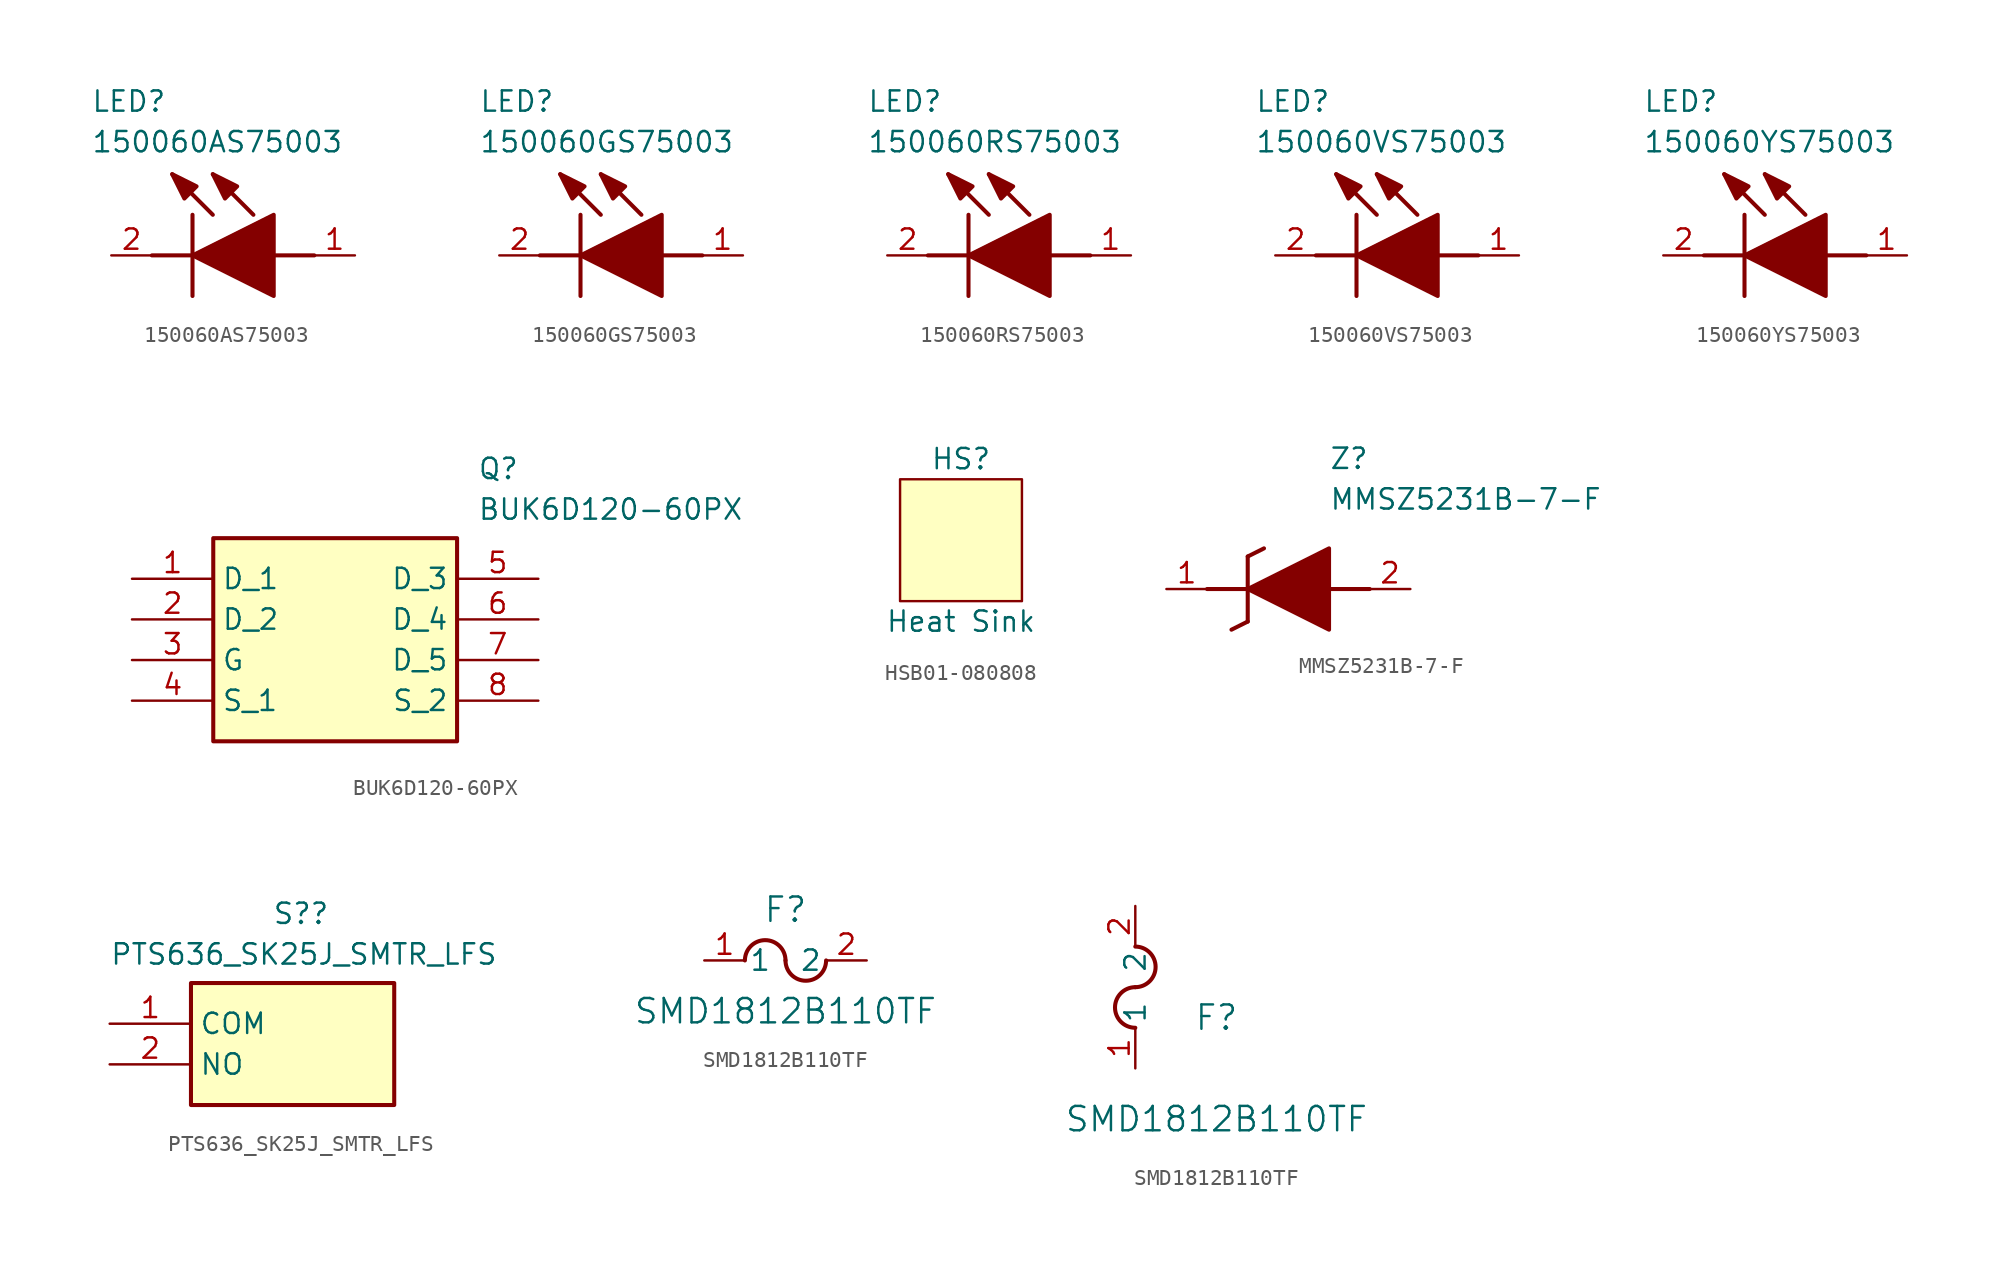
<source format=kicad_sym>
(kicad_symbol_lib
  (version 20220914)
  (generator kicad_symbol_editor)
  (symbol "150060AS75003"
    (pin_names hide)
    (property "Reference" "LED"
      (at -8.89 8.89 0)
      (effects (font (size 1.27 1.27)) (justify left bottom)))
    (property "Value" "150060AS75003"
      (at -8.89 6.35 0)
      (effects (font (size 1.27 1.27)) (justify left bottom)))
    (symbol "150060AS75003_1_1"
      (polyline (pts (xy -5.08 0) (xy -2.54 0)) (stroke (width 0.254) (type default)) (fill (type none)))
      (polyline (pts (xy -2.54 2.54) (xy -2.54 -2.54)) (stroke (width 0.254) (type default)) (fill (type none)))
      (polyline (pts (xy -1.27 2.54) (xy -3.81 5.08)) (stroke (width 0.254) (type default)) (fill (type none)))
      (polyline (pts (xy 1.27 2.54) (xy -1.27 5.08)) (stroke (width 0.254) (type default)) (fill (type none)))
      (polyline (pts (xy 2.54 0) (xy 5.08 0)) (stroke (width 0.254) (type default)) (fill (type none)))
      (polyline (pts (xy -2.54 0) (xy 2.54 2.54) (xy 2.54 -2.54) (xy -2.54 0)) (stroke (width 0.254) (type default)) (fill (type outline)))
      (polyline (pts (xy -2.286 4.318) (xy -3.048 3.556) (xy -3.81 5.08) (xy -2.286 4.318)) (stroke (width 0.254) (type default)) (fill (type outline)))
      (polyline (pts (xy 0.254 4.318) (xy -0.508 3.556) (xy -1.27 5.08) (xy 0.254 4.318)) (stroke (width 0.254) (type default)) (fill (type outline)))
      (pin passive line (at 7.62 0 180) (length 2.54) (name "A" (effects (font (size 1.27 1.27)))) (number "1" (effects (font (size 1.27 1.27)))))
      (pin passive line (at -7.62 0 0) (length 2.54) (name "K" (effects (font (size 1.27 1.27)))) (number "2" (effects (font (size 1.27 1.27)))))))
  (symbol "150060GS75003"
    (pin_names hide)
    (property "Reference" "LED"
      (at -8.89 8.89 0)
      (effects (font (size 1.27 1.27)) (justify left bottom)))
    (property "Value" "150060GS75003"
      (at -8.89 6.35 0)
      (effects (font (size 1.27 1.27)) (justify left bottom)))
    (symbol "150060GS75003_1_1"
      (polyline (pts (xy -5.08 0) (xy -2.54 0)) (stroke (width 0.254) (type default)) (fill (type none)))
      (polyline (pts (xy -2.54 2.54) (xy -2.54 -2.54)) (stroke (width 0.254) (type default)) (fill (type none)))
      (polyline (pts (xy -1.27 2.54) (xy -3.81 5.08)) (stroke (width 0.254) (type default)) (fill (type none)))
      (polyline (pts (xy 1.27 2.54) (xy -1.27 5.08)) (stroke (width 0.254) (type default)) (fill (type none)))
      (polyline (pts (xy 2.54 0) (xy 5.08 0)) (stroke (width 0.254) (type default)) (fill (type none)))
      (polyline (pts (xy -2.54 0) (xy 2.54 2.54) (xy 2.54 -2.54) (xy -2.54 0)) (stroke (width 0.254) (type default)) (fill (type outline)))
      (polyline (pts (xy -2.286 4.318) (xy -3.048 3.556) (xy -3.81 5.08) (xy -2.286 4.318)) (stroke (width 0.254) (type default)) (fill (type outline)))
      (polyline (pts (xy 0.254 4.318) (xy -0.508 3.556) (xy -1.27 5.08) (xy 0.254 4.318)) (stroke (width 0.254) (type default)) (fill (type outline)))
      (pin passive line (at 7.62 0 180) (length 2.54) (name "A" (effects (font (size 1.27 1.27)))) (number "1" (effects (font (size 1.27 1.27)))))
      (pin passive line (at -7.62 0 0) (length 2.54) (name "K" (effects (font (size 1.27 1.27)))) (number "2" (effects (font (size 1.27 1.27)))))))
  (symbol "150060RS75003"
    (pin_names hide)
    (property "Reference" "LED"
      (at -8.89 8.89 0)
      (effects (font (size 1.27 1.27)) (justify left bottom)))
    (property "Value" "150060RS75003"
      (at -8.89 6.35 0)
      (effects (font (size 1.27 1.27)) (justify left bottom)))
    (symbol "150060RS75003_1_1"
      (polyline (pts (xy -5.08 0) (xy -2.54 0)) (stroke (width 0.254) (type default)) (fill (type none)))
      (polyline (pts (xy -2.54 2.54) (xy -2.54 -2.54)) (stroke (width 0.254) (type default)) (fill (type none)))
      (polyline (pts (xy -1.27 2.54) (xy -3.81 5.08)) (stroke (width 0.254) (type default)) (fill (type none)))
      (polyline (pts (xy 1.27 2.54) (xy -1.27 5.08)) (stroke (width 0.254) (type default)) (fill (type none)))
      (polyline (pts (xy 2.54 0) (xy 5.08 0)) (stroke (width 0.254) (type default)) (fill (type none)))
      (polyline (pts (xy -2.54 0) (xy 2.54 2.54) (xy 2.54 -2.54) (xy -2.54 0)) (stroke (width 0.254) (type default)) (fill (type outline)))
      (polyline (pts (xy -2.286 4.318) (xy -3.048 3.556) (xy -3.81 5.08) (xy -2.286 4.318)) (stroke (width 0.254) (type default)) (fill (type outline)))
      (polyline (pts (xy 0.254 4.318) (xy -0.508 3.556) (xy -1.27 5.08) (xy 0.254 4.318)) (stroke (width 0.254) (type default)) (fill (type outline)))
      (pin passive line (at 7.62 0 180) (length 2.54) (name "A" (effects (font (size 1.27 1.27)))) (number "1" (effects (font (size 1.27 1.27)))))
      (pin passive line (at -7.62 0 0) (length 2.54) (name "K" (effects (font (size 1.27 1.27)))) (number "2" (effects (font (size 1.27 1.27)))))))
  (symbol "150060VS75003"
    (pin_names hide)
    (property "Reference" "LED"
      (at -8.89 8.89 0)
      (effects (font (size 1.27 1.27)) (justify left bottom)))
    (property "Value" "150060VS75003"
      (at -8.89 6.35 0)
      (effects (font (size 1.27 1.27)) (justify left bottom)))
    (symbol "150060VS75003_1_1"
      (polyline (pts (xy -5.08 0) (xy -2.54 0)) (stroke (width 0.254) (type default)) (fill (type none)))
      (polyline (pts (xy -2.54 2.54) (xy -2.54 -2.54)) (stroke (width 0.254) (type default)) (fill (type none)))
      (polyline (pts (xy -1.27 2.54) (xy -3.81 5.08)) (stroke (width 0.254) (type default)) (fill (type none)))
      (polyline (pts (xy 1.27 2.54) (xy -1.27 5.08)) (stroke (width 0.254) (type default)) (fill (type none)))
      (polyline (pts (xy 2.54 0) (xy 5.08 0)) (stroke (width 0.254) (type default)) (fill (type none)))
      (polyline (pts (xy -2.54 0) (xy 2.54 2.54) (xy 2.54 -2.54) (xy -2.54 0)) (stroke (width 0.254) (type default)) (fill (type outline)))
      (polyline (pts (xy -2.286 4.318) (xy -3.048 3.556) (xy -3.81 5.08) (xy -2.286 4.318)) (stroke (width 0.254) (type default)) (fill (type outline)))
      (polyline (pts (xy 0.254 4.318) (xy -0.508 3.556) (xy -1.27 5.08) (xy 0.254 4.318)) (stroke (width 0.254) (type default)) (fill (type outline)))
      (pin passive line (at 7.62 0 180) (length 2.54) (name "A" (effects (font (size 1.27 1.27)))) (number "1" (effects (font (size 1.27 1.27)))))
      (pin passive line (at -7.62 0 0) (length 2.54) (name "K" (effects (font (size 1.27 1.27)))) (number "2" (effects (font (size 1.27 1.27)))))))
  (symbol "150060YS75003"
    (pin_names hide)
    (property "Reference" "LED"
      (at -8.89 8.89 0)
      (effects (font (size 1.27 1.27)) (justify left bottom)))
    (property "Value" "150060YS75003"
      (at -8.89 6.35 0)
      (effects (font (size 1.27 1.27)) (justify left bottom)))
    (symbol "150060YS75003_1_1"
      (polyline (pts (xy -5.08 0) (xy -2.54 0)) (stroke (width 0.254) (type default)) (fill (type none)))
      (polyline (pts (xy -2.54 2.54) (xy -2.54 -2.54)) (stroke (width 0.254) (type default)) (fill (type none)))
      (polyline (pts (xy -1.27 2.54) (xy -3.81 5.08)) (stroke (width 0.254) (type default)) (fill (type none)))
      (polyline (pts (xy 1.27 2.54) (xy -1.27 5.08)) (stroke (width 0.254) (type default)) (fill (type none)))
      (polyline (pts (xy 2.54 0) (xy 5.08 0)) (stroke (width 0.254) (type default)) (fill (type none)))
      (polyline (pts (xy -2.54 0) (xy 2.54 2.54) (xy 2.54 -2.54) (xy -2.54 0)) (stroke (width 0.254) (type default)) (fill (type outline)))
      (polyline (pts (xy -2.286 4.318) (xy -3.048 3.556) (xy -3.81 5.08) (xy -2.286 4.318)) (stroke (width 0.254) (type default)) (fill (type outline)))
      (polyline (pts (xy 0.254 4.318) (xy -0.508 3.556) (xy -1.27 5.08) (xy 0.254 4.318)) (stroke (width 0.254) (type default)) (fill (type outline)))
      (pin passive line (at 7.62 0 180) (length 2.54) (name "A" (effects (font (size 1.27 1.27)))) (number "1" (effects (font (size 1.27 1.27)))))
      (pin passive line (at -7.62 0 0) (length 2.54) (name "K" (effects (font (size 1.27 1.27)))) (number "2" (effects (font (size 1.27 1.27)))))))
  (symbol "BUK6D120-60PX"
    (property "Reference" "Q"
      (at 21.59 7.62 0)
      (effects (font (size 1.27 1.27)) (justify left top)))
    (property "Value" "BUK6D120-60PX"
      (at 21.59 5.08 0)
      (effects (font (size 1.27 1.27)) (justify left top)))
    (symbol "BUK6D120-60PX_1_1"
      (rectangle (start 5.08 2.54) (end 20.32 -10.16) (stroke (width 0.254) (type default)) (fill (type background)))
      (pin passive line (at 0 0 0) (length 5.08) (name "D_1" (effects (font (size 1.27 1.27)))) (number "1" (effects (font (size 1.27 1.27)))))
      (pin passive line (at 0 -2.54 0) (length 5.08) (name "D_2" (effects (font (size 1.27 1.27)))) (number "2" (effects (font (size 1.27 1.27)))))
      (pin passive line (at 0 -5.08 0) (length 5.08) (name "G" (effects (font (size 1.27 1.27)))) (number "3" (effects (font (size 1.27 1.27)))))
      (pin passive line (at 0 -7.62 0) (length 5.08) (name "S_1" (effects (font (size 1.27 1.27)))) (number "4" (effects (font (size 1.27 1.27)))))
      (pin passive line (at 25.4 0 180) (length 5.08) (name "D_3" (effects (font (size 1.27 1.27)))) (number "5" (effects (font (size 1.27 1.27)))))
      (pin passive line (at 25.4 -2.54 180) (length 5.08) (name "D_4" (effects (font (size 1.27 1.27)))) (number "6" (effects (font (size 1.27 1.27)))))
      (pin passive line (at 25.4 -5.08 180) (length 5.08) (name "D_5" (effects (font (size 1.27 1.27)))) (number "7" (effects (font (size 1.27 1.27)))))
      (pin passive line (at 25.4 -7.62 180) (length 5.08) (name "S_2" (effects (font (size 1.27 1.27)))) (number "8" (effects (font (size 1.27 1.27)))))))
  (symbol "HSB01-080808"
    (property "Reference" "HS"
      (at 0 5.08 0)
      (effects (font (size 1.27 1.27))))
    (property "Value" "Heat Sink"
      (at 0 -5.08 0)
      (effects (font (size 1.27 1.27))))
    (symbol "HSB01-080808_1_1"
      (rectangle (start -3.81 3.81) (end 3.81 -3.81) (stroke (width 0) (type default)) (fill (type background)))))
  (symbol "MMSZ5231B-7-F"
    (pin_names hide)
    (property "Reference" "Z"
      (at 10.16 8.89 0)
      (effects (font (size 1.27 1.27)) (justify left top)))
    (property "Value" "MMSZ5231B-7-F"
      (at 10.16 6.35 0)
      (effects (font (size 1.27 1.27)) (justify left top)))
    (symbol "MMSZ5231B-7-F_1_1"
      (polyline (pts (xy 2.54 0) (xy 5.08 0)) (stroke (width 0.254) (type default)) (fill (type none)))
      (polyline (pts (xy 4.064 -2.54) (xy 5.08 -2.032)) (stroke (width 0.254) (type default)) (fill (type none)))
      (polyline (pts (xy 5.08 2.032) (xy 5.08 -2.032)) (stroke (width 0.254) (type default)) (fill (type none)))
      (polyline (pts (xy 5.08 2.032) (xy 6.096 2.54)) (stroke (width 0.254) (type default)) (fill (type none)))
      (polyline (pts (xy 12.7 0) (xy 10.16 0)) (stroke (width 0.254) (type default)) (fill (type none)))
      (polyline (pts (xy 5.08 0) (xy 10.16 2.54) (xy 10.16 -2.54) (xy 5.08 0)) (stroke (width 0.254) (type default)) (fill (type outline)))
      (pin passive line (at 0 0 0) (length 2.54) (name "K" (effects (font (size 1.27 1.27)))) (number "1" (effects (font (size 1.27 1.27)))))
      (pin passive line (at 15.24 0 180) (length 2.54) (name "A" (effects (font (size 1.27 1.27)))) (number "2" (effects (font (size 1.27 1.27)))))))
  (symbol "PTS636_SK25J_SMTR_LFS"
    (property "Reference" "S?"
      (at -1.27 8.89 0)
      (effects (font (size 1.27 1.27)) (justify left top)))
    (property "Value" "PTS636_SK25J_SMTR_LFS"
      (at -11.43 6.35 0)
      (effects (font (size 1.27 1.27)) (justify left top)))
    (symbol "PTS636_SK25J_SMTR_LFS_1_1"
      (rectangle (start -6.35 3.81) (end 6.35 -3.81) (stroke (width 0.254) (type default)) (fill (type background)))
      (pin passive line (at -11.43 1.27 0) (length 5.08) (name "COM" (effects (font (size 1.27 1.27)))) (number "1" (effects (font (size 1.27 1.27)))))
      (pin passive line (at -11.43 -1.27 0) (length 5.08) (name "NO" (effects (font (size 1.27 1.27)))) (number "2" (effects (font (size 1.27 1.27)))))))
  (symbol "SMD1812B110TF"
    (pin_names
      (offset 0.254))
    (property "Reference" "F"
      (at 5.08 3.175 0)
      (effects (font (size 1.524 1.524))))
    (property "Value" "SMD1812B110TF"
      (at 5.08 -3.175 0)
      (effects (font (size 1.524 1.524))))
    (property "ki_locked" ""
      (at 0 0 0)
      (effects (font (size 1.27 1.27))))
    (symbol "SMD1812B110TF_1_1"
      (arc (start 5.08 0) (mid 3.81 1.2645) (end 2.54 0) (stroke (width 0.254) (type default)) (fill (type none)))
      (arc (start 5.08 0) (mid 6.35 -1.2645) (end 7.62 0) (stroke (width 0.254) (type default)) (fill (type none)))
      (pin passive line (at 0 0 0) (length 2.54) (name "1" (effects (font (size 1.27 1.27)))) (number "1" (effects (font (size 1.27 1.27)))))
      (pin passive line (at 10.16 0 180) (length 2.54) (name "2" (effects (font (size 1.27 1.27)))) (number "2" (effects (font (size 1.27 1.27))))))
    (symbol "SMD1812B110TF_1_2"
      (arc (start 0 5.08) (mid -1.2645 3.81) (end 0 2.54) (stroke (width 0.254) (type default)) (fill (type none)))
      (arc (start 0 5.08) (mid 1.2645 6.35) (end 0 7.62) (stroke (width 0.254) (type default)) (fill (type none)))
      (pin unspecified line (at 0 0 90) (length 2.54) (name "1" (effects (font (size 1.27 1.27)))) (number "1" (effects (font (size 1.27 1.27)))))
      (pin unspecified line (at 0 10.16 270) (length 2.54) (name "2" (effects (font (size 1.27 1.27)))) (number "2" (effects (font (size 1.27 1.27))))))))
</source>
